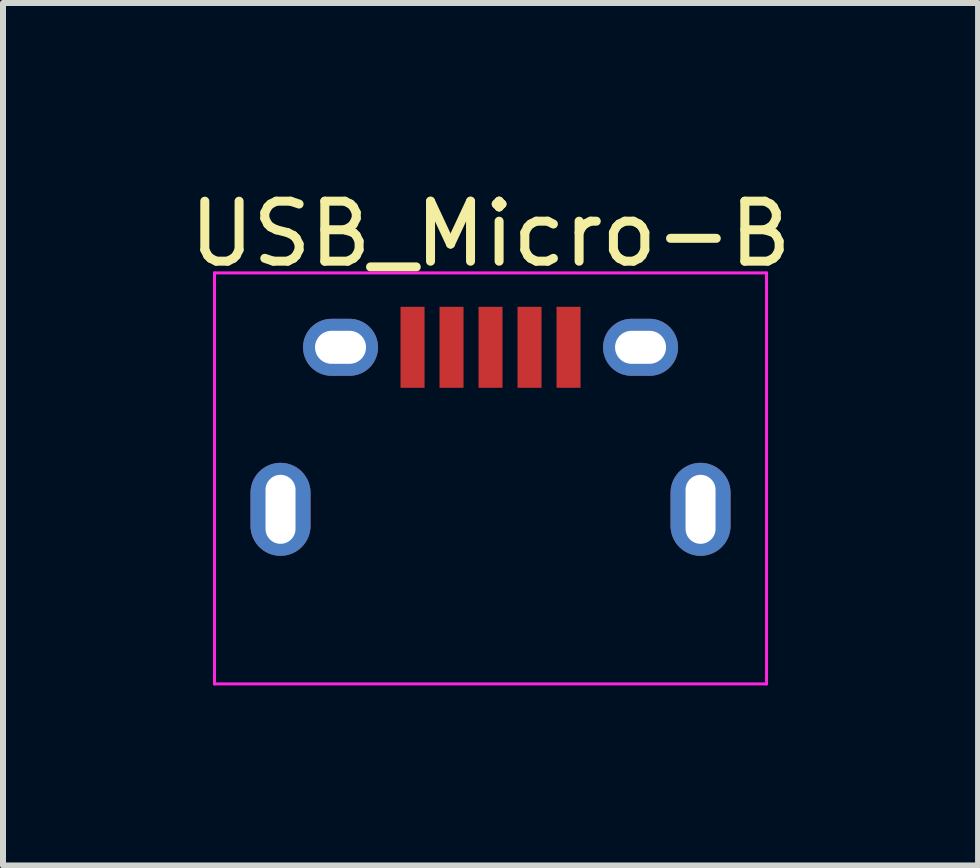
<source format=kicad_pcb>
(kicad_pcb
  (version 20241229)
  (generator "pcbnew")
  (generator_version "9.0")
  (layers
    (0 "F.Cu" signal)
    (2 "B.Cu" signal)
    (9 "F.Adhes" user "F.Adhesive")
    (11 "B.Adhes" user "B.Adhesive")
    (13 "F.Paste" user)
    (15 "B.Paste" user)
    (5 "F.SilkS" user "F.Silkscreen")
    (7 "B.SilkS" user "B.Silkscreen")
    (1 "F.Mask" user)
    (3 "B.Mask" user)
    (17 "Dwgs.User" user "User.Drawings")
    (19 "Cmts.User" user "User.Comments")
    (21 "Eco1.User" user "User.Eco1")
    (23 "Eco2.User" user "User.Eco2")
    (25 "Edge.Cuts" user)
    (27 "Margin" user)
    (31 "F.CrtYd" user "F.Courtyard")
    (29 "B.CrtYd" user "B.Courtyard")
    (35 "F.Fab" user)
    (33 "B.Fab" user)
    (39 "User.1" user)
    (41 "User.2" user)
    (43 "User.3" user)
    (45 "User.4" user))
  (footprint "USB_Micro-B"
    (layer "F.Cu")
    (at 5.125 4.088)
    (property "Reference" "USB_Micro-B" (at 0 -3.24 0) (layer "F.SilkS") (effects (font (size 1 1) (thickness 0.15))))
    (attr smd)
    (fp_line (start -4.6 -2.59) (end 4.6 -2.59) (stroke (width 0.05) (type solid)) (layer "F.CrtYd"))
    (fp_line (start -4.6 4.26) (end -4.6 -2.59) (stroke (width 0.05) (type solid)) (layer "F.CrtYd"))
    (fp_line (start 4.6 -2.59) (end 4.6 4.26) (stroke (width 0.05) (type solid)) (layer "F.CrtYd"))
    (fp_line (start 4.6 4.26) (end -4.6 4.26) (stroke (width 0.05) (type solid)) (layer "F.CrtYd"))
    (pad "1" smd rect (at -1.3 -1.35 90) (size 1.35 0.4) (layers "F.Cu" "F.Mask" "F.Paste"))
    (pad "2" smd rect (at -0.65 -1.35 90) (size 1.35 0.4) (layers "F.Cu" "F.Mask" "F.Paste"))
    (pad "3" smd rect (at 0 -1.35 90) (size 1.35 0.4) (layers "F.Cu" "F.Mask" "F.Paste"))
    (pad "4" smd rect (at 0.65 -1.35 90) (size 1.35 0.4) (layers "F.Cu" "F.Mask" "F.Paste"))
    (pad "5" smd rect (at 1.3 -1.35 90) (size 1.35 0.4) (layers "F.Cu" "F.Mask" "F.Paste"))
    (pad "6" thru_hole oval (at -3.5 1.35 90) (size 1.55 1) (drill oval 1.15 0.5) (layers "*.Cu" "*.Mask"))
    (pad "6" thru_hole oval (at -2.5 -1.35 90) (size 0.95 1.25) (drill oval 0.55 0.85) (layers "*.Cu" "*.Mask"))
    (pad "6" thru_hole oval (at 2.5 -1.35 90) (size 0.95 1.25) (drill oval 0.55 0.85) (layers "*.Cu" "*.Mask"))
    (pad "6" thru_hole oval (at 3.5 1.35 90) (size 1.55 1) (drill oval 1.15 0.5) (layers "*.Cu" "*.Mask")))
  (gr_rect
    (start -3 -3)
    (end 13.25 11.373)
    (stroke (width 0.1) (type default))
    (fill no)
    (layer "Edge.Cuts")))
</source>
